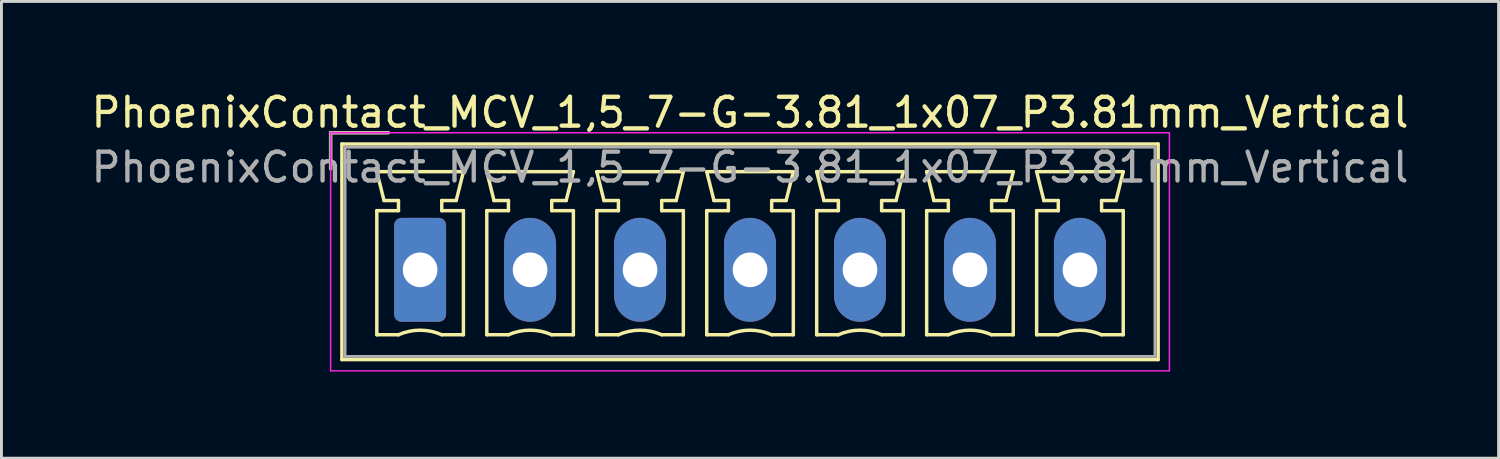
<source format=kicad_pcb>
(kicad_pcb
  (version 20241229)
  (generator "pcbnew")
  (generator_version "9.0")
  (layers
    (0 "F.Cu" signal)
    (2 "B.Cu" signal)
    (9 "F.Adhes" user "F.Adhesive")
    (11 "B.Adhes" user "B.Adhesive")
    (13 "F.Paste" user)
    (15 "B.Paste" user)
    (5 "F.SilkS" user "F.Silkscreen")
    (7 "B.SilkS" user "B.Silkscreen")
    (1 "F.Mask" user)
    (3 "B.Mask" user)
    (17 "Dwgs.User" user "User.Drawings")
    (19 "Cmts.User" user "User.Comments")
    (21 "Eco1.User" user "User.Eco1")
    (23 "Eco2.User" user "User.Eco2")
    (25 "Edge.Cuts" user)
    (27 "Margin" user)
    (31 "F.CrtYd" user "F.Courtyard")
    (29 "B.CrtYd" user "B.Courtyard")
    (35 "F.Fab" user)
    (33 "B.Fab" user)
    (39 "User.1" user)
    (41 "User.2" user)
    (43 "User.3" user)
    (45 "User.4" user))
  (footprint "PhoenixContact_MCV_1,5_7-G-3.81_1x07_P3.81mm_Vertical"
    (layer "F.Cu")
    (at 11.505 6.298)
    (property "Reference" "PhoenixContact_MCV_1,5_7-G-3.81_1x07_P3.81mm_Vertical" (at 11.43 -5.45 0) (layer "F.SilkS") (effects (font (size 1 1) (thickness 0.15))))
    (attr through_hole)
    (fp_line (start -3.1 -4.75) (end -1.1 -4.75) (stroke (width 0.12) (type solid)) (layer "F.SilkS"))
    (fp_line (start -3.1 -3.5) (end -3.1 -4.75) (stroke (width 0.12) (type solid)) (layer "F.SilkS"))
    (fp_line (start -2.71 -4.36) (end -2.71 3.11) (stroke (width 0.12) (type solid)) (layer "F.SilkS"))
    (fp_line (start -2.71 3.11) (end 25.57 3.11) (stroke (width 0.12) (type solid)) (layer "F.SilkS"))
    (fp_line (start -1.5 -3.4) (end 1.5 -3.4) (stroke (width 0.12) (type solid)) (layer "F.SilkS"))
    (fp_line (start -1.5 -2.05) (end -0.75 -2.05) (stroke (width 0.12) (type solid)) (layer "F.SilkS"))
    (fp_line (start -1.5 2.25) (end -1.5 -2.05) (stroke (width 0.12) (type solid)) (layer "F.SilkS"))
    (fp_line (start -1.25 -2.4) (end -1.5 -3.4) (stroke (width 0.12) (type solid)) (layer "F.SilkS"))
    (fp_line (start -0.75 -2.4) (end -1.25 -2.4) (stroke (width 0.12) (type solid)) (layer "F.SilkS"))
    (fp_line (start -0.75 -2.05) (end -0.75 -2.4) (stroke (width 0.12) (type solid)) (layer "F.SilkS"))
    (fp_line (start -0.75 2.25) (end -1.5 2.25) (stroke (width 0.12) (type solid)) (layer "F.SilkS"))
    (fp_line (start 0.75 -2.4) (end 0.75 -2.05) (stroke (width 0.12) (type solid)) (layer "F.SilkS"))
    (fp_line (start 0.75 -2.05) (end 1.5 -2.05) (stroke (width 0.12) (type solid)) (layer "F.SilkS"))
    (fp_line (start 1.25 -2.4) (end 0.75 -2.4) (stroke (width 0.12) (type solid)) (layer "F.SilkS"))
    (fp_line (start 1.5 -3.4) (end 1.25 -2.4) (stroke (width 0.12) (type solid)) (layer "F.SilkS"))
    (fp_line (start 1.5 -2.05) (end 1.5 2.25) (stroke (width 0.12) (type solid)) (layer "F.SilkS"))
    (fp_line (start 1.5 2.25) (end 0.75 2.25) (stroke (width 0.12) (type solid)) (layer "F.SilkS"))
    (fp_line (start 2.31 -3.4) (end 5.31 -3.4) (stroke (width 0.12) (type solid)) (layer "F.SilkS"))
    (fp_line (start 2.31 -2.05) (end 3.06 -2.05) (stroke (width 0.12) (type solid)) (layer "F.SilkS"))
    (fp_line (start 2.31 2.25) (end 2.31 -2.05) (stroke (width 0.12) (type solid)) (layer "F.SilkS"))
    (fp_line (start 2.56 -2.4) (end 2.31 -3.4) (stroke (width 0.12) (type solid)) (layer "F.SilkS"))
    (fp_line (start 3.06 -2.4) (end 2.56 -2.4) (stroke (width 0.12) (type solid)) (layer "F.SilkS"))
    (fp_line (start 3.06 -2.05) (end 3.06 -2.4) (stroke (width 0.12) (type solid)) (layer "F.SilkS"))
    (fp_line (start 3.06 2.25) (end 2.31 2.25) (stroke (width 0.12) (type solid)) (layer "F.SilkS"))
    (fp_line (start 4.56 -2.4) (end 4.56 -2.05) (stroke (width 0.12) (type solid)) (layer "F.SilkS"))
    (fp_line (start 4.56 -2.05) (end 5.31 -2.05) (stroke (width 0.12) (type solid)) (layer "F.SilkS"))
    (fp_line (start 5.06 -2.4) (end 4.56 -2.4) (stroke (width 0.12) (type solid)) (layer "F.SilkS"))
    (fp_line (start 5.31 -3.4) (end 5.06 -2.4) (stroke (width 0.12) (type solid)) (layer "F.SilkS"))
    (fp_line (start 5.31 -2.05) (end 5.31 2.25) (stroke (width 0.12) (type solid)) (layer "F.SilkS"))
    (fp_line (start 5.31 2.25) (end 4.56 2.25) (stroke (width 0.12) (type solid)) (layer "F.SilkS"))
    (fp_line (start 6.12 -3.4) (end 9.12 -3.4) (stroke (width 0.12) (type solid)) (layer "F.SilkS"))
    (fp_line (start 6.12 -2.05) (end 6.87 -2.05) (stroke (width 0.12) (type solid)) (layer "F.SilkS"))
    (fp_line (start 6.12 2.25) (end 6.12 -2.05) (stroke (width 0.12) (type solid)) (layer "F.SilkS"))
    (fp_line (start 6.37 -2.4) (end 6.12 -3.4) (stroke (width 0.12) (type solid)) (layer "F.SilkS"))
    (fp_line (start 6.87 -2.4) (end 6.37 -2.4) (stroke (width 0.12) (type solid)) (layer "F.SilkS"))
    (fp_line (start 6.87 -2.05) (end 6.87 -2.4) (stroke (width 0.12) (type solid)) (layer "F.SilkS"))
    (fp_line (start 6.87 2.25) (end 6.12 2.25) (stroke (width 0.12) (type solid)) (layer "F.SilkS"))
    (fp_line (start 8.37 -2.4) (end 8.37 -2.05) (stroke (width 0.12) (type solid)) (layer "F.SilkS"))
    (fp_line (start 8.37 -2.05) (end 9.12 -2.05) (stroke (width 0.12) (type solid)) (layer "F.SilkS"))
    (fp_line (start 8.87 -2.4) (end 8.37 -2.4) (stroke (width 0.12) (type solid)) (layer "F.SilkS"))
    (fp_line (start 9.12 -3.4) (end 8.87 -2.4) (stroke (width 0.12) (type solid)) (layer "F.SilkS"))
    (fp_line (start 9.12 -2.05) (end 9.12 2.25) (stroke (width 0.12) (type solid)) (layer "F.SilkS"))
    (fp_line (start 9.12 2.25) (end 8.37 2.25) (stroke (width 0.12) (type solid)) (layer "F.SilkS"))
    (fp_line (start 9.93 -3.4) (end 12.93 -3.4) (stroke (width 0.12) (type solid)) (layer "F.SilkS"))
    (fp_line (start 9.93 -2.05) (end 10.68 -2.05) (stroke (width 0.12) (type solid)) (layer "F.SilkS"))
    (fp_line (start 9.93 2.25) (end 9.93 -2.05) (stroke (width 0.12) (type solid)) (layer "F.SilkS"))
    (fp_line (start 10.18 -2.4) (end 9.93 -3.4) (stroke (width 0.12) (type solid)) (layer "F.SilkS"))
    (fp_line (start 10.68 -2.4) (end 10.18 -2.4) (stroke (width 0.12) (type solid)) (layer "F.SilkS"))
    (fp_line (start 10.68 -2.05) (end 10.68 -2.4) (stroke (width 0.12) (type solid)) (layer "F.SilkS"))
    (fp_line (start 10.68 2.25) (end 9.93 2.25) (stroke (width 0.12) (type solid)) (layer "F.SilkS"))
    (fp_line (start 12.18 -2.4) (end 12.18 -2.05) (stroke (width 0.12) (type solid)) (layer "F.SilkS"))
    (fp_line (start 12.18 -2.05) (end 12.93 -2.05) (stroke (width 0.12) (type solid)) (layer "F.SilkS"))
    (fp_line (start 12.68 -2.4) (end 12.18 -2.4) (stroke (width 0.12) (type solid)) (layer "F.SilkS"))
    (fp_line (start 12.93 -3.4) (end 12.68 -2.4) (stroke (width 0.12) (type solid)) (layer "F.SilkS"))
    (fp_line (start 12.93 -2.05) (end 12.93 2.25) (stroke (width 0.12) (type solid)) (layer "F.SilkS"))
    (fp_line (start 12.93 2.25) (end 12.18 2.25) (stroke (width 0.12) (type solid)) (layer "F.SilkS"))
    (fp_line (start 13.74 -3.4) (end 16.74 -3.4) (stroke (width 0.12) (type solid)) (layer "F.SilkS"))
    (fp_line (start 13.74 -2.05) (end 14.49 -2.05) (stroke (width 0.12) (type solid)) (layer "F.SilkS"))
    (fp_line (start 13.74 2.25) (end 13.74 -2.05) (stroke (width 0.12) (type solid)) (layer "F.SilkS"))
    (fp_line (start 13.99 -2.4) (end 13.74 -3.4) (stroke (width 0.12) (type solid)) (layer "F.SilkS"))
    (fp_line (start 14.49 -2.4) (end 13.99 -2.4) (stroke (width 0.12) (type solid)) (layer "F.SilkS"))
    (fp_line (start 14.49 -2.05) (end 14.49 -2.4) (stroke (width 0.12) (type solid)) (layer "F.SilkS"))
    (fp_line (start 14.49 2.25) (end 13.74 2.25) (stroke (width 0.12) (type solid)) (layer "F.SilkS"))
    (fp_line (start 15.99 -2.4) (end 15.99 -2.05) (stroke (width 0.12) (type solid)) (layer "F.SilkS"))
    (fp_line (start 15.99 -2.05) (end 16.74 -2.05) (stroke (width 0.12) (type solid)) (layer "F.SilkS"))
    (fp_line (start 16.49 -2.4) (end 15.99 -2.4) (stroke (width 0.12) (type solid)) (layer "F.SilkS"))
    (fp_line (start 16.74 -3.4) (end 16.49 -2.4) (stroke (width 0.12) (type solid)) (layer "F.SilkS"))
    (fp_line (start 16.74 -2.05) (end 16.74 2.25) (stroke (width 0.12) (type solid)) (layer "F.SilkS"))
    (fp_line (start 16.74 2.25) (end 15.99 2.25) (stroke (width 0.12) (type solid)) (layer "F.SilkS"))
    (fp_line (start 17.55 -3.4) (end 20.55 -3.4) (stroke (width 0.12) (type solid)) (layer "F.SilkS"))
    (fp_line (start 17.55 -2.05) (end 18.3 -2.05) (stroke (width 0.12) (type solid)) (layer "F.SilkS"))
    (fp_line (start 17.55 2.25) (end 17.55 -2.05) (stroke (width 0.12) (type solid)) (layer "F.SilkS"))
    (fp_line (start 17.8 -2.4) (end 17.55 -3.4) (stroke (width 0.12) (type solid)) (layer "F.SilkS"))
    (fp_line (start 18.3 -2.4) (end 17.8 -2.4) (stroke (width 0.12) (type solid)) (layer "F.SilkS"))
    (fp_line (start 18.3 -2.05) (end 18.3 -2.4) (stroke (width 0.12) (type solid)) (layer "F.SilkS"))
    (fp_line (start 18.3 2.25) (end 17.55 2.25) (stroke (width 0.12) (type solid)) (layer "F.SilkS"))
    (fp_line (start 19.8 -2.4) (end 19.8 -2.05) (stroke (width 0.12) (type solid)) (layer "F.SilkS"))
    (fp_line (start 19.8 -2.05) (end 20.55 -2.05) (stroke (width 0.12) (type solid)) (layer "F.SilkS"))
    (fp_line (start 20.3 -2.4) (end 19.8 -2.4) (stroke (width 0.12) (type solid)) (layer "F.SilkS"))
    (fp_line (start 20.55 -3.4) (end 20.3 -2.4) (stroke (width 0.12) (type solid)) (layer "F.SilkS"))
    (fp_line (start 20.55 -2.05) (end 20.55 2.25) (stroke (width 0.12) (type solid)) (layer "F.SilkS"))
    (fp_line (start 20.55 2.25) (end 19.8 2.25) (stroke (width 0.12) (type solid)) (layer "F.SilkS"))
    (fp_line (start 21.36 -3.4) (end 24.36 -3.4) (stroke (width 0.12) (type solid)) (layer "F.SilkS"))
    (fp_line (start 21.36 -2.05) (end 22.11 -2.05) (stroke (width 0.12) (type solid)) (layer "F.SilkS"))
    (fp_line (start 21.36 2.25) (end 21.36 -2.05) (stroke (width 0.12) (type solid)) (layer "F.SilkS"))
    (fp_line (start 21.61 -2.4) (end 21.36 -3.4) (stroke (width 0.12) (type solid)) (layer "F.SilkS"))
    (fp_line (start 22.11 -2.4) (end 21.61 -2.4) (stroke (width 0.12) (type solid)) (layer "F.SilkS"))
    (fp_line (start 22.11 -2.05) (end 22.11 -2.4) (stroke (width 0.12) (type solid)) (layer "F.SilkS"))
    (fp_line (start 22.11 2.25) (end 21.36 2.25) (stroke (width 0.12) (type solid)) (layer "F.SilkS"))
    (fp_line (start 23.61 -2.4) (end 23.61 -2.05) (stroke (width 0.12) (type solid)) (layer "F.SilkS"))
    (fp_line (start 23.61 -2.05) (end 24.36 -2.05) (stroke (width 0.12) (type solid)) (layer "F.SilkS"))
    (fp_line (start 24.11 -2.4) (end 23.61 -2.4) (stroke (width 0.12) (type solid)) (layer "F.SilkS"))
    (fp_line (start 24.36 -3.4) (end 24.11 -2.4) (stroke (width 0.12) (type solid)) (layer "F.SilkS"))
    (fp_line (start 24.36 -2.05) (end 24.36 2.25) (stroke (width 0.12) (type solid)) (layer "F.SilkS"))
    (fp_line (start 24.36 2.25) (end 23.61 2.25) (stroke (width 0.12) (type solid)) (layer "F.SilkS"))
    (fp_line (start 25.57 -4.36) (end -2.71 -4.36) (stroke (width 0.12) (type solid)) (layer "F.SilkS"))
    (fp_line (start 25.57 3.11) (end 25.57 -4.36) (stroke (width 0.12) (type solid)) (layer "F.SilkS"))
    (fp_arc (start -0.75 2.25) (mid -0.000193 2.09191) (end 0.749647 2.249844) (stroke (width 0.12) (type solid)) (layer "F.SilkS"))
    (fp_arc (start 3.06 2.25) (mid 3.809807 2.09191) (end 4.559647 2.249844) (stroke (width 0.12) (type solid)) (layer "F.SilkS"))
    (fp_arc (start 6.87 2.25) (mid 7.619807 2.09191) (end 8.369647 2.249844) (stroke (width 0.12) (type solid)) (layer "F.SilkS"))
    (fp_arc (start 10.68 2.25) (mid 11.429807 2.09191) (end 12.179647 2.249844) (stroke (width 0.12) (type solid)) (layer "F.SilkS"))
    (fp_arc (start 14.49 2.25) (mid 15.239807 2.09191) (end 15.989647 2.249844) (stroke (width 0.12) (type solid)) (layer "F.SilkS"))
    (fp_arc (start 18.3 2.25) (mid 19.049807 2.09191) (end 19.799647 2.249844) (stroke (width 0.12) (type solid)) (layer "F.SilkS"))
    (fp_arc (start 22.11 2.25) (mid 22.859807 2.09191) (end 23.609647 2.249844) (stroke (width 0.12) (type solid)) (layer "F.SilkS"))
    (fp_line (start -3.1 -4.75) (end -3.1 3.5) (stroke (width 0.05) (type solid)) (layer "F.CrtYd"))
    (fp_line (start -3.1 3.5) (end 25.96 3.5) (stroke (width 0.05) (type solid)) (layer "F.CrtYd"))
    (fp_line (start 25.96 -4.75) (end -3.1 -4.75) (stroke (width 0.05) (type solid)) (layer "F.CrtYd"))
    (fp_line (start 25.96 3.5) (end 25.96 -4.75) (stroke (width 0.05) (type solid)) (layer "F.CrtYd"))
    (fp_line (start -3.1 -4.75) (end -1.1 -4.75) (stroke (width 0.1) (type solid)) (layer "F.Fab"))
    (fp_line (start -3.1 -3.5) (end -3.1 -4.75) (stroke (width 0.1) (type solid)) (layer "F.Fab"))
    (fp_line (start -2.6 -4.25) (end -2.6 3) (stroke (width 0.1) (type solid)) (layer "F.Fab"))
    (fp_line (start -2.6 3) (end 25.46 3) (stroke (width 0.1) (type solid)) (layer "F.Fab"))
    (fp_line (start 25.46 -4.25) (end -2.6 -4.25) (stroke (width 0.1) (type solid)) (layer "F.Fab"))
    (fp_line (start 25.46 3) (end 25.46 -4.25) (stroke (width 0.1) (type solid)) (layer "F.Fab"))
    (fp_text user "${REFERENCE}" (at 11.43 -3.55 0) (layer "F.Fab") (effects (font (size 1 1) (thickness 0.15))))
    (pad "1" thru_hole roundrect (at 0 0) (size 1.8 3.6) (drill 1.2) (layers "*.Cu" "*.Mask") (roundrect_rratio 0.139))
    (pad "2" thru_hole oval (at 3.81 0) (size 1.8 3.6) (drill 1.2) (layers "*.Cu" "*.Mask"))
    (pad "3" thru_hole oval (at 7.62 0) (size 1.8 3.6) (drill 1.2) (layers "*.Cu" "*.Mask"))
    (pad "4" thru_hole oval (at 11.43 0) (size 1.8 3.6) (drill 1.2) (layers "*.Cu" "*.Mask"))
    (pad "5" thru_hole oval (at 15.24 0) (size 1.8 3.6) (drill 1.2) (layers "*.Cu" "*.Mask"))
    (pad "6" thru_hole oval (at 19.05 0) (size 1.8 3.6) (drill 1.2) (layers "*.Cu" "*.Mask"))
    (pad "7" thru_hole oval (at 22.86 0) (size 1.8 3.6) (drill 1.2) (layers "*.Cu" "*.Mask")))
  (gr_rect
    (start -3 -3)
    (end 48.869 12.823)
    (stroke (width 0.1) (type default))
    (fill no)
    (layer "Edge.Cuts")))
</source>
